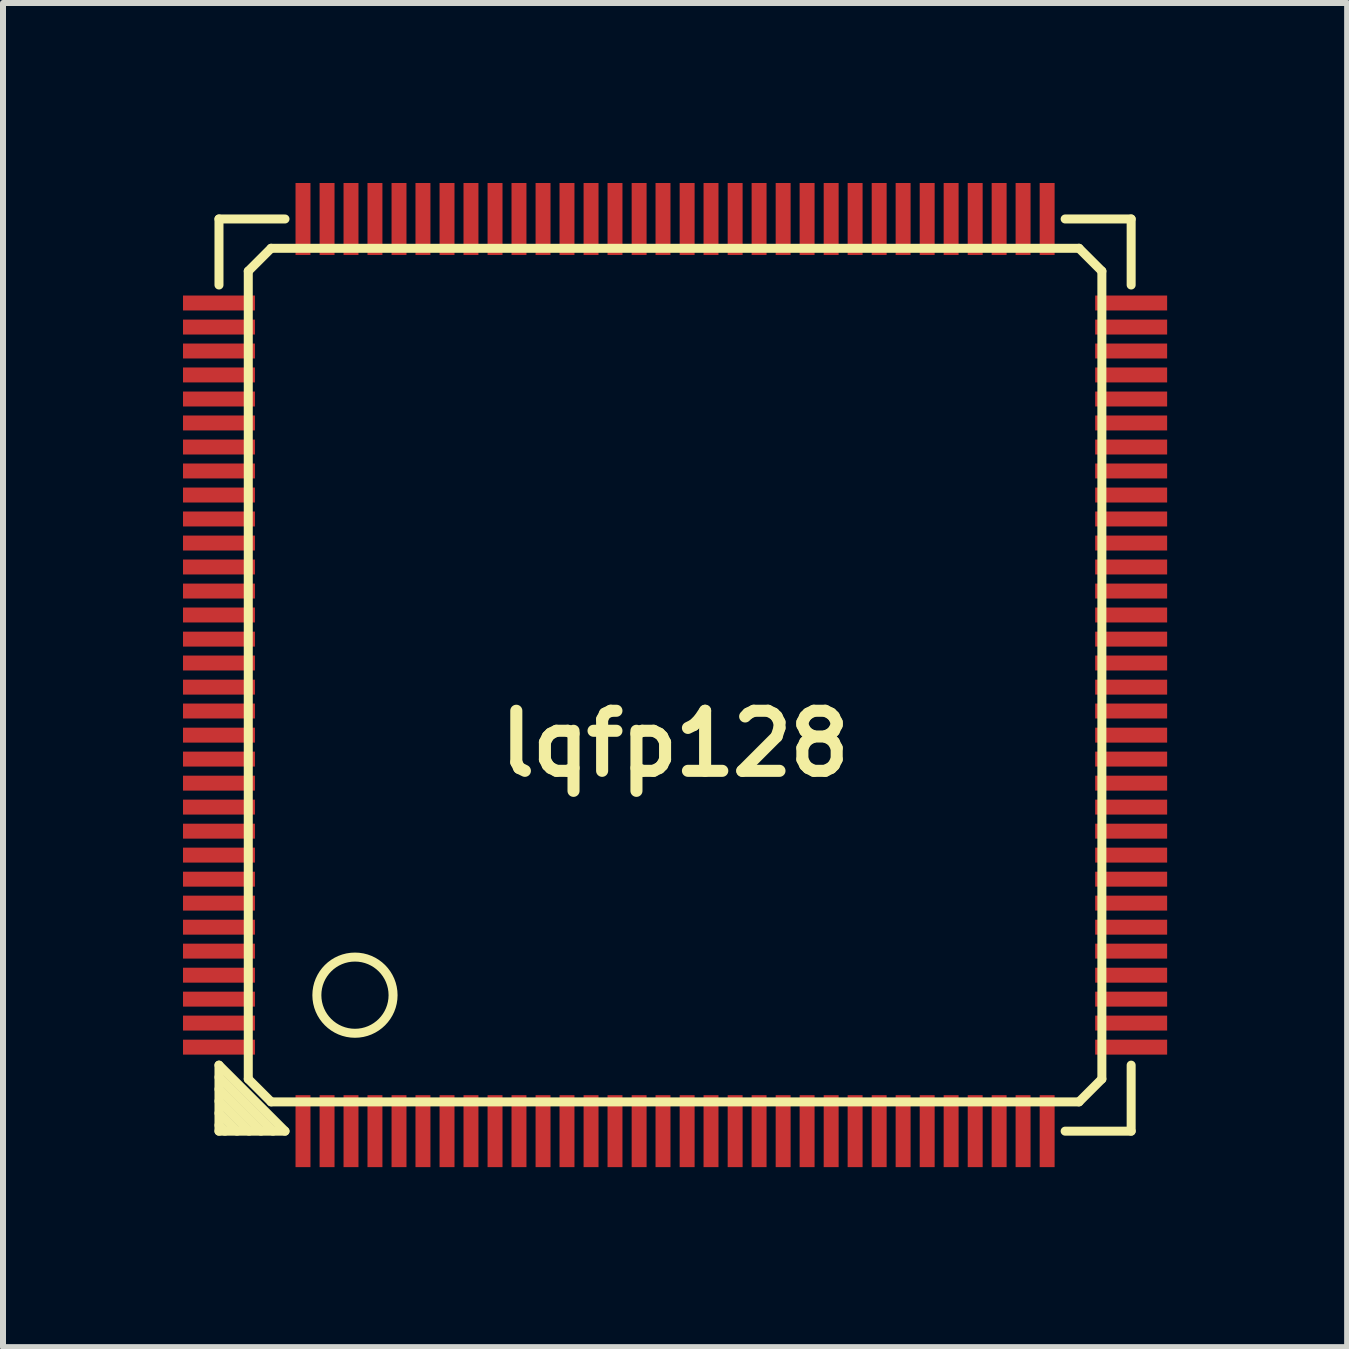
<source format=kicad_pcb>
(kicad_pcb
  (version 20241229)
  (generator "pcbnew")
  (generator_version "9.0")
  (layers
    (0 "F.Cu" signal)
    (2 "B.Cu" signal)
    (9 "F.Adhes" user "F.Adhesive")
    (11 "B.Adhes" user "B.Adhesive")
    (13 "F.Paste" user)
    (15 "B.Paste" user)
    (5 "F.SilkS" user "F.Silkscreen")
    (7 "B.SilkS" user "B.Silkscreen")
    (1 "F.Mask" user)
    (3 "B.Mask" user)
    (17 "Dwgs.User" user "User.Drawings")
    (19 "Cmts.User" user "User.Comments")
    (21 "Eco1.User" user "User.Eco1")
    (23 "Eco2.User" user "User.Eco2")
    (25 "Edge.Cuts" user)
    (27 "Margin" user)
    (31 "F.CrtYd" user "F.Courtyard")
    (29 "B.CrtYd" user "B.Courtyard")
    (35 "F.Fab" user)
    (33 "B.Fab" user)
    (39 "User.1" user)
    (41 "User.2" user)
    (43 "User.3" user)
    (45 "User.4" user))
  (footprint "lqfp128"
    (layer "F.Cu")
    (at 8.199 8.199)
    (property "Reference" "lqfp128" (at 0 1.143 0) (layer "F.SilkS") (effects (font (size 1.001 1.001) (thickness 0.201))))
    (attr through_hole)
    (fp_line (start -7.6 -7.6) (end -6.5 -7.6) (stroke (width 0.15) (type solid)) (layer "F.SilkS"))
    (fp_line (start -7.6 -6.5) (end -7.6 -7.6) (stroke (width 0.15) (type solid)) (layer "F.SilkS"))
    (fp_line (start -7.6 6.5) (end -7.6 7.6) (stroke (width 0.15) (type solid)) (layer "F.SilkS"))
    (fp_line (start -7.6 6.701) (end -6.701 7.6) (stroke (width 0.15) (type solid)) (layer "F.SilkS"))
    (fp_line (start -7.6 7.099) (end -7.099 7.6) (stroke (width 0.15) (type solid)) (layer "F.SilkS"))
    (fp_line (start -7.6 7.501) (end -7.501 7.6) (stroke (width 0.15) (type solid)) (layer "F.SilkS"))
    (fp_line (start -7.6 7.6) (end -6.5 7.6) (stroke (width 0.15) (type solid)) (layer "F.SilkS"))
    (fp_line (start -7.3 7.6) (end -7.6 7.3) (stroke (width 0.15) (type solid)) (layer "F.SilkS"))
    (fp_line (start -7.112 -6.731) (end -7.112 6.731) (stroke (width 0.15) (type solid)) (layer "F.SilkS"))
    (fp_line (start -7.112 6.731) (end -6.731 7.112) (stroke (width 0.15) (type solid)) (layer "F.SilkS"))
    (fp_line (start -6.901 7.6) (end -7.6 6.901) (stroke (width 0.15) (type solid)) (layer "F.SilkS"))
    (fp_line (start -6.731 -7.112) (end -7.112 -6.731) (stroke (width 0.15) (type solid)) (layer "F.SilkS"))
    (fp_line (start -6.731 7.112) (end 6.731 7.112) (stroke (width 0.15) (type solid)) (layer "F.SilkS"))
    (fp_line (start -6.5 7.6) (end -7.6 6.5) (stroke (width 0.15) (type solid)) (layer "F.SilkS"))
    (fp_line (start 6.5 7.6) (end 7.6 7.6) (stroke (width 0.15) (type solid)) (layer "F.SilkS"))
    (fp_line (start 6.731 -7.112) (end -6.731 -7.112) (stroke (width 0.15) (type solid)) (layer "F.SilkS"))
    (fp_line (start 6.731 7.112) (end 7.112 6.731) (stroke (width 0.15) (type solid)) (layer "F.SilkS"))
    (fp_line (start 7.112 -6.731) (end 6.731 -7.112) (stroke (width 0.15) (type solid)) (layer "F.SilkS"))
    (fp_line (start 7.112 6.731) (end 7.112 -6.731) (stroke (width 0.15) (type solid)) (layer "F.SilkS"))
    (fp_line (start 7.6 -7.6) (end 6.5 -7.6) (stroke (width 0.15) (type solid)) (layer "F.SilkS"))
    (fp_line (start 7.6 -7.6) (end 7.6 -6.5) (stroke (width 0.15) (type solid)) (layer "F.SilkS"))
    (fp_line (start 7.6 7.6) (end 7.6 6.5) (stroke (width 0.15) (type solid)) (layer "F.SilkS"))
    (fp_circle (center -5.334 5.334) (end -5.715 5.842) (stroke (width 0.15) (type solid)) (fill no) (layer "F.SilkS"))
    (pad "1" smd rect (at -6.2 7.6) (size 0.249 1.199) (layers "F.Cu" "F.Mask" "F.Paste"))
    (pad "2" smd rect (at -5.799 7.6) (size 0.249 1.199) (layers "F.Cu" "F.Mask" "F.Paste"))
    (pad "3" smd rect (at -5.4 7.6) (size 0.249 1.199) (layers "F.Cu" "F.Mask" "F.Paste"))
    (pad "4" smd rect (at -5.001 7.6) (size 0.249 1.199) (layers "F.Cu" "F.Mask" "F.Paste"))
    (pad "5" smd rect (at -4.6 7.6) (size 0.249 1.199) (layers "F.Cu" "F.Mask" "F.Paste"))
    (pad "6" smd rect (at -4.201 7.6) (size 0.249 1.199) (layers "F.Cu" "F.Mask" "F.Paste"))
    (pad "7" smd rect (at -3.8 7.6) (size 0.249 1.199) (layers "F.Cu" "F.Mask" "F.Paste"))
    (pad "8" smd rect (at -3.401 7.6) (size 0.249 1.199) (layers "F.Cu" "F.Mask" "F.Paste"))
    (pad "9" smd rect (at -3 7.6) (size 0.249 1.199) (layers "F.Cu" "F.Mask" "F.Paste"))
    (pad "10" smd rect (at -2.601 7.6) (size 0.249 1.199) (layers "F.Cu" "F.Mask" "F.Paste"))
    (pad "11" smd rect (at -2.2 7.6) (size 0.249 1.199) (layers "F.Cu" "F.Mask" "F.Paste"))
    (pad "12" smd rect (at -1.801 7.6) (size 0.249 1.199) (layers "F.Cu" "F.Mask" "F.Paste"))
    (pad "13" smd rect (at -1.4 7.6) (size 0.249 1.199) (layers "F.Cu" "F.Mask" "F.Paste"))
    (pad "14" smd rect (at -1.001 7.6) (size 0.249 1.199) (layers "F.Cu" "F.Mask" "F.Paste"))
    (pad "15" smd rect (at -0.599 7.6) (size 0.249 1.199) (layers "F.Cu" "F.Mask" "F.Paste"))
    (pad "16" smd rect (at -0.201 7.6) (size 0.249 1.199) (layers "F.Cu" "F.Mask" "F.Paste"))
    (pad "17" smd rect (at 0.201 7.6) (size 0.249 1.199) (layers "F.Cu" "F.Mask" "F.Paste"))
    (pad "18" smd rect (at 0.599 7.6) (size 0.249 1.199) (layers "F.Cu" "F.Mask" "F.Paste"))
    (pad "19" smd rect (at 1.001 7.6) (size 0.249 1.199) (layers "F.Cu" "F.Mask" "F.Paste"))
    (pad "20" smd rect (at 1.4 7.6) (size 0.249 1.199) (layers "F.Cu" "F.Mask" "F.Paste"))
    (pad "21" smd rect (at 1.801 7.6) (size 0.249 1.199) (layers "F.Cu" "F.Mask" "F.Paste"))
    (pad "22" smd rect (at 2.2 7.6) (size 0.249 1.199) (layers "F.Cu" "F.Mask" "F.Paste"))
    (pad "23" smd rect (at 2.601 7.6) (size 0.249 1.199) (layers "F.Cu" "F.Mask" "F.Paste"))
    (pad "24" smd rect (at 3 7.6) (size 0.249 1.199) (layers "F.Cu" "F.Mask" "F.Paste"))
    (pad "25" smd rect (at 3.401 7.6) (size 0.249 1.199) (layers "F.Cu" "F.Mask" "F.Paste"))
    (pad "26" smd rect (at 3.8 7.6) (size 0.249 1.199) (layers "F.Cu" "F.Mask" "F.Paste"))
    (pad "27" smd rect (at 4.201 7.6) (size 0.249 1.199) (layers "F.Cu" "F.Mask" "F.Paste"))
    (pad "28" smd rect (at 4.6 7.6) (size 0.249 1.199) (layers "F.Cu" "F.Mask" "F.Paste"))
    (pad "29" smd rect (at 5.001 7.6) (size 0.249 1.199) (layers "F.Cu" "F.Mask" "F.Paste"))
    (pad "30" smd rect (at 5.4 7.6) (size 0.249 1.199) (layers "F.Cu" "F.Mask" "F.Paste"))
    (pad "31" smd rect (at 5.799 7.6) (size 0.249 1.199) (layers "F.Cu" "F.Mask" "F.Paste"))
    (pad "32" smd rect (at 6.2 7.6) (size 0.249 1.199) (layers "F.Cu" "F.Mask" "F.Paste"))
    (pad "33" smd rect (at 7.6 6.2) (size 1.199 0.249) (layers "F.Cu" "F.Mask" "F.Paste"))
    (pad "34" smd rect (at 7.6 5.799) (size 1.199 0.249) (layers "F.Cu" "F.Mask" "F.Paste"))
    (pad "35" smd rect (at 7.6 5.4) (size 1.199 0.249) (layers "F.Cu" "F.Mask" "F.Paste"))
    (pad "36" smd rect (at 7.6 5.001) (size 1.199 0.249) (layers "F.Cu" "F.Mask" "F.Paste"))
    (pad "37" smd rect (at 7.6 4.6) (size 1.199 0.249) (layers "F.Cu" "F.Mask" "F.Paste"))
    (pad "38" smd rect (at 7.6 4.201) (size 1.199 0.249) (layers "F.Cu" "F.Mask" "F.Paste"))
    (pad "39" smd rect (at 7.6 3.8) (size 1.199 0.249) (layers "F.Cu" "F.Mask" "F.Paste"))
    (pad "40" smd rect (at 7.6 3.401) (size 1.199 0.249) (layers "F.Cu" "F.Mask" "F.Paste"))
    (pad "41" smd rect (at 7.6 3) (size 1.199 0.249) (layers "F.Cu" "F.Mask" "F.Paste"))
    (pad "42" smd rect (at 7.6 2.601) (size 1.199 0.249) (layers "F.Cu" "F.Mask" "F.Paste"))
    (pad "43" smd rect (at 7.6 2.2) (size 1.199 0.249) (layers "F.Cu" "F.Mask" "F.Paste"))
    (pad "44" smd rect (at 7.6 1.801) (size 1.199 0.249) (layers "F.Cu" "F.Mask" "F.Paste"))
    (pad "45" smd rect (at 7.6 1.4) (size 1.199 0.249) (layers "F.Cu" "F.Mask" "F.Paste"))
    (pad "46" smd rect (at 7.6 1.001) (size 1.199 0.249) (layers "F.Cu" "F.Mask" "F.Paste"))
    (pad "47" smd rect (at 7.6 0.599) (size 1.199 0.249) (layers "F.Cu" "F.Mask" "F.Paste"))
    (pad "48" smd rect (at 7.6 0.201) (size 1.199 0.249) (layers "F.Cu" "F.Mask" "F.Paste"))
    (pad "49" smd rect (at 7.6 -0.201) (size 1.199 0.249) (layers "F.Cu" "F.Mask" "F.Paste"))
    (pad "50" smd rect (at 7.6 -0.599) (size 1.199 0.249) (layers "F.Cu" "F.Mask" "F.Paste"))
    (pad "51" smd rect (at 7.6 -1.001) (size 1.199 0.249) (layers "F.Cu" "F.Mask" "F.Paste"))
    (pad "52" smd rect (at 7.6 -1.4) (size 1.199 0.249) (layers "F.Cu" "F.Mask" "F.Paste"))
    (pad "53" smd rect (at 7.6 -1.801) (size 1.199 0.249) (layers "F.Cu" "F.Mask" "F.Paste"))
    (pad "54" smd rect (at 7.6 -2.2) (size 1.199 0.249) (layers "F.Cu" "F.Mask" "F.Paste"))
    (pad "55" smd rect (at 7.6 -2.601) (size 1.199 0.249) (layers "F.Cu" "F.Mask" "F.Paste"))
    (pad "56" smd rect (at 7.6 -3) (size 1.199 0.249) (layers "F.Cu" "F.Mask" "F.Paste"))
    (pad "57" smd rect (at 7.6 -3.401) (size 1.199 0.249) (layers "F.Cu" "F.Mask" "F.Paste"))
    (pad "58" smd rect (at 7.6 -3.8) (size 1.199 0.249) (layers "F.Cu" "F.Mask" "F.Paste"))
    (pad "59" smd rect (at 7.6 -4.201) (size 1.199 0.249) (layers "F.Cu" "F.Mask" "F.Paste"))
    (pad "60" smd rect (at 7.6 -4.6) (size 1.199 0.249) (layers "F.Cu" "F.Mask" "F.Paste"))
    (pad "61" smd rect (at 7.6 -5.001) (size 1.199 0.249) (layers "F.Cu" "F.Mask" "F.Paste"))
    (pad "62" smd rect (at 7.6 -5.4) (size 1.199 0.249) (layers "F.Cu" "F.Mask" "F.Paste"))
    (pad "63" smd rect (at 7.6 -5.799) (size 1.199 0.249) (layers "F.Cu" "F.Mask" "F.Paste"))
    (pad "64" smd rect (at 7.6 -6.2) (size 1.199 0.249) (layers "F.Cu" "F.Mask" "F.Paste"))
    (pad "65" smd rect (at 6.2 -7.6) (size 0.249 1.199) (layers "F.Cu" "F.Mask" "F.Paste"))
    (pad "66" smd rect (at 5.799 -7.6) (size 0.249 1.199) (layers "F.Cu" "F.Mask" "F.Paste"))
    (pad "67" smd rect (at 5.4 -7.6) (size 0.249 1.199) (layers "F.Cu" "F.Mask" "F.Paste"))
    (pad "68" smd rect (at 5.001 -7.6) (size 0.249 1.199) (layers "F.Cu" "F.Mask" "F.Paste"))
    (pad "69" smd rect (at 4.6 -7.6) (size 0.249 1.199) (layers "F.Cu" "F.Mask" "F.Paste"))
    (pad "70" smd rect (at 4.201 -7.6) (size 0.249 1.199) (layers "F.Cu" "F.Mask" "F.Paste"))
    (pad "71" smd rect (at 3.8 -7.6) (size 0.249 1.199) (layers "F.Cu" "F.Mask" "F.Paste"))
    (pad "72" smd rect (at 3.401 -7.6) (size 0.249 1.199) (layers "F.Cu" "F.Mask" "F.Paste"))
    (pad "73" smd rect (at 3 -7.6) (size 0.249 1.199) (layers "F.Cu" "F.Mask" "F.Paste"))
    (pad "74" smd rect (at 2.601 -7.6) (size 0.249 1.199) (layers "F.Cu" "F.Mask" "F.Paste"))
    (pad "75" smd rect (at 2.2 -7.6) (size 0.249 1.199) (layers "F.Cu" "F.Mask" "F.Paste"))
    (pad "76" smd rect (at 1.801 -7.6) (size 0.249 1.199) (layers "F.Cu" "F.Mask" "F.Paste"))
    (pad "77" smd rect (at 1.4 -7.6) (size 0.249 1.199) (layers "F.Cu" "F.Mask" "F.Paste"))
    (pad "78" smd rect (at 1.001 -7.6) (size 0.249 1.199) (layers "F.Cu" "F.Mask" "F.Paste"))
    (pad "79" smd rect (at 0.599 -7.6) (size 0.249 1.199) (layers "F.Cu" "F.Mask" "F.Paste"))
    (pad "80" smd rect (at 0.201 -7.6) (size 0.249 1.199) (layers "F.Cu" "F.Mask" "F.Paste"))
    (pad "81" smd rect (at -0.201 -7.6) (size 0.249 1.199) (layers "F.Cu" "F.Mask" "F.Paste"))
    (pad "82" smd rect (at -0.599 -7.6) (size 0.249 1.199) (layers "F.Cu" "F.Mask" "F.Paste"))
    (pad "83" smd rect (at -1.001 -7.6) (size 0.249 1.199) (layers "F.Cu" "F.Mask" "F.Paste"))
    (pad "84" smd rect (at -1.4 -7.6) (size 0.249 1.199) (layers "F.Cu" "F.Mask" "F.Paste"))
    (pad "85" smd rect (at -1.801 -7.6) (size 0.249 1.199) (layers "F.Cu" "F.Mask" "F.Paste"))
    (pad "86" smd rect (at -2.2 -7.6) (size 0.249 1.199) (layers "F.Cu" "F.Mask" "F.Paste"))
    (pad "87" smd rect (at -2.601 -7.6) (size 0.249 1.199) (layers "F.Cu" "F.Mask" "F.Paste"))
    (pad "88" smd rect (at -3 -7.6) (size 0.249 1.199) (layers "F.Cu" "F.Mask" "F.Paste"))
    (pad "89" smd rect (at -3.401 -7.6) (size 0.249 1.199) (layers "F.Cu" "F.Mask" "F.Paste"))
    (pad "90" smd rect (at -3.8 -7.6) (size 0.249 1.199) (layers "F.Cu" "F.Mask" "F.Paste"))
    (pad "91" smd rect (at -4.201 -7.6) (size 0.249 1.199) (layers "F.Cu" "F.Mask" "F.Paste"))
    (pad "92" smd rect (at -4.6 -7.6) (size 0.249 1.199) (layers "F.Cu" "F.Mask" "F.Paste"))
    (pad "93" smd rect (at -5.001 -7.6) (size 0.249 1.199) (layers "F.Cu" "F.Mask" "F.Paste"))
    (pad "94" smd rect (at -5.4 -7.6) (size 0.249 1.199) (layers "F.Cu" "F.Mask" "F.Paste"))
    (pad "95" smd rect (at -5.799 -7.6) (size 0.249 1.199) (layers "F.Cu" "F.Mask" "F.Paste"))
    (pad "96" smd rect (at -6.2 -7.6) (size 0.249 1.199) (layers "F.Cu" "F.Mask" "F.Paste"))
    (pad "97" smd rect (at -7.6 -6.2) (size 1.199 0.249) (layers "F.Cu" "F.Mask" "F.Paste"))
    (pad "98" smd rect (at -7.6 -5.799) (size 1.199 0.249) (layers "F.Cu" "F.Mask" "F.Paste"))
    (pad "99" smd rect (at -7.6 -5.4) (size 1.199 0.249) (layers "F.Cu" "F.Mask" "F.Paste"))
    (pad "100" smd rect (at -7.6 -5.001) (size 1.199 0.249) (layers "F.Cu" "F.Mask" "F.Paste"))
    (pad "101" smd rect (at -7.6 -4.6) (size 1.199 0.249) (layers "F.Cu" "F.Mask" "F.Paste"))
    (pad "102" smd rect (at -7.6 -4.201) (size 1.199 0.249) (layers "F.Cu" "F.Mask" "F.Paste"))
    (pad "103" smd rect (at -7.6 -3.8) (size 1.199 0.249) (layers "F.Cu" "F.Mask" "F.Paste"))
    (pad "104" smd rect (at -7.6 -3.401) (size 1.199 0.249) (layers "F.Cu" "F.Mask" "F.Paste"))
    (pad "105" smd rect (at -7.6 -3) (size 1.199 0.249) (layers "F.Cu" "F.Mask" "F.Paste"))
    (pad "106" smd rect (at -7.6 -2.601) (size 1.199 0.249) (layers "F.Cu" "F.Mask" "F.Paste"))
    (pad "107" smd rect (at -7.6 -2.2) (size 1.199 0.249) (layers "F.Cu" "F.Mask" "F.Paste"))
    (pad "108" smd rect (at -7.6 -1.801) (size 1.199 0.249) (layers "F.Cu" "F.Mask" "F.Paste"))
    (pad "109" smd rect (at -7.6 -1.4) (size 1.199 0.249) (layers "F.Cu" "F.Mask" "F.Paste"))
    (pad "110" smd rect (at -7.6 -1.001) (size 1.199 0.249) (layers "F.Cu" "F.Mask" "F.Paste"))
    (pad "111" smd rect (at -7.6 -0.599) (size 1.199 0.249) (layers "F.Cu" "F.Mask" "F.Paste"))
    (pad "112" smd rect (at -7.6 -0.201) (size 1.199 0.249) (layers "F.Cu" "F.Mask" "F.Paste"))
    (pad "113" smd rect (at -7.6 0.201) (size 1.199 0.249) (layers "F.Cu" "F.Mask" "F.Paste"))
    (pad "114" smd rect (at -7.6 0.599) (size 1.199 0.249) (layers "F.Cu" "F.Mask" "F.Paste"))
    (pad "115" smd rect (at -7.6 1.001) (size 1.199 0.249) (layers "F.Cu" "F.Mask" "F.Paste"))
    (pad "116" smd rect (at -7.6 1.4) (size 1.199 0.249) (layers "F.Cu" "F.Mask" "F.Paste"))
    (pad "117" smd rect (at -7.6 1.801) (size 1.199 0.249) (layers "F.Cu" "F.Mask" "F.Paste"))
    (pad "118" smd rect (at -7.6 2.2) (size 1.199 0.249) (layers "F.Cu" "F.Mask" "F.Paste"))
    (pad "119" smd rect (at -7.6 2.601) (size 1.199 0.249) (layers "F.Cu" "F.Mask" "F.Paste"))
    (pad "120" smd rect (at -7.6 3) (size 1.199 0.249) (layers "F.Cu" "F.Mask" "F.Paste"))
    (pad "121" smd rect (at -7.6 3.401) (size 1.199 0.249) (layers "F.Cu" "F.Mask" "F.Paste"))
    (pad "122" smd rect (at -7.6 3.8) (size 1.199 0.249) (layers "F.Cu" "F.Mask" "F.Paste"))
    (pad "123" smd rect (at -7.6 4.201) (size 1.199 0.249) (layers "F.Cu" "F.Mask" "F.Paste"))
    (pad "124" smd rect (at -7.6 4.6) (size 1.199 0.249) (layers "F.Cu" "F.Mask" "F.Paste"))
    (pad "125" smd rect (at -7.6 5.001) (size 1.199 0.249) (layers "F.Cu" "F.Mask" "F.Paste"))
    (pad "126" smd rect (at -7.6 5.4) (size 1.199 0.249) (layers "F.Cu" "F.Mask" "F.Paste"))
    (pad "127" smd rect (at -7.6 5.799) (size 1.199 0.249) (layers "F.Cu" "F.Mask" "F.Paste"))
    (pad "128" smd rect (at -7.6 6.2) (size 1.199 0.249) (layers "F.Cu" "F.Mask" "F.Paste")))
  (gr_rect
    (start -3 -3)
    (end 19.398 19.398)
    (stroke (width 0.1) (type default))
    (fill no)
    (layer "Edge.Cuts")))
</source>
